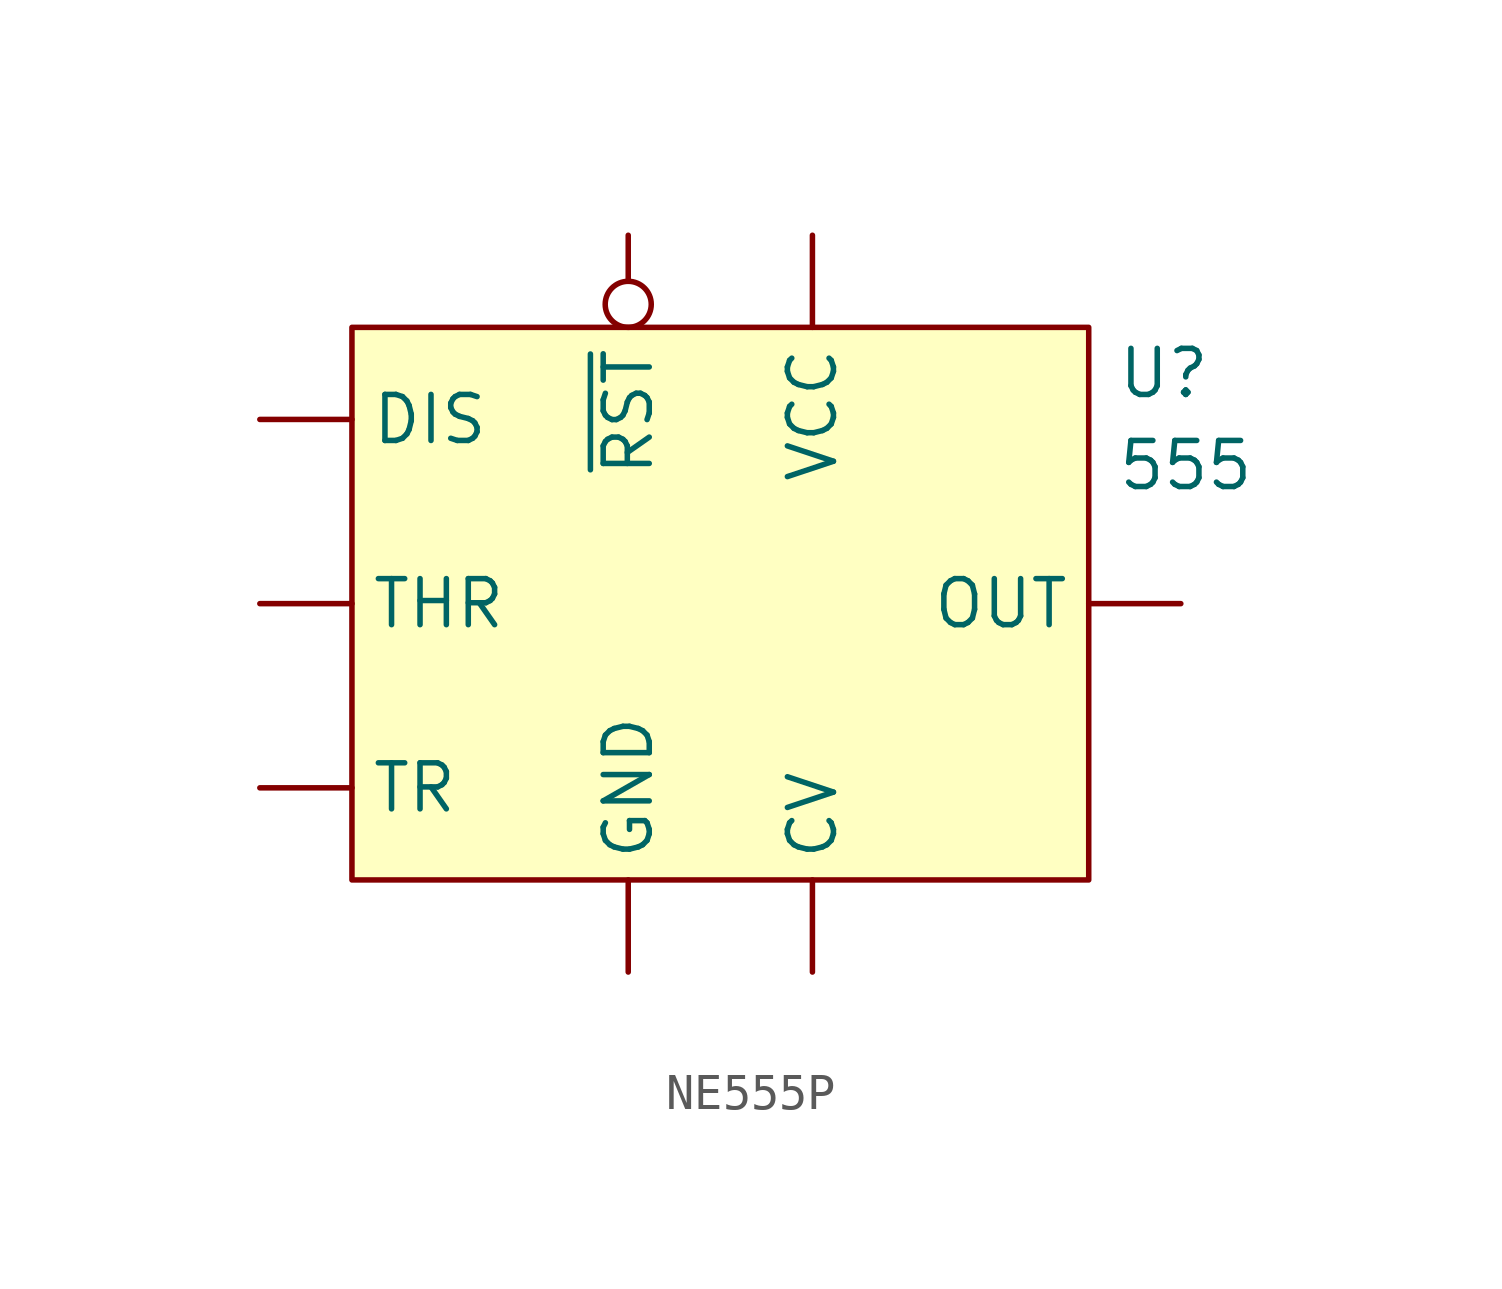
<source format=kicad_sym>
(kicad_symbol_lib
  (version 20231120)
  (generator "kicad_symbol_editor")
  (generator_version "8.0")
  (symbol "NE555P"
    (pin_numbers hide)
    (property "Reference" "U"
      (at 23.622 1.27 0)
      (effects (font (size 1.27 1.27)) (justify left)))
    (property "Value" "555"
      (at 23.622 -1.27 0)
      (effects (font (size 1.27 1.27)) (justify left)))
    (symbol "NE555P_1_1"
      (rectangle (start 2.54 2.54) (end 22.86 -12.7) (stroke (width 0) (type default)) (fill (type background)))
      (pin power_in line (at 10.16 -15.24 90) (length 2.54) (name "GND" (effects (font (size 1.27 1.27)))) (number "1" (effects (font (size 1.27 1.27)))))
      (pin bidirectional line (at 0 -10.16 0) (length 2.54) (name "TR" (effects (font (size 1.27 1.27)))) (number "2" (effects (font (size 1.27 1.27)))))
      (pin bidirectional line (at 25.4 -5.08 180) (length 2.54) (name "OUT" (effects (font (size 1.27 1.27)))) (number "3" (effects (font (size 1.27 1.27)))))
      (pin bidirectional inverted (at 10.16 5.08 270) (length 2.54) (name "~{RST}" (effects (font (size 1.27 1.27)))) (number "4" (effects (font (size 1.27 1.27)))))
      (pin bidirectional line (at 15.24 -15.24 90) (length 2.54) (name "CV" (effects (font (size 1.27 1.27)))) (number "5" (effects (font (size 1.27 1.27)))))
      (pin bidirectional line (at 0 -5.08 0) (length 2.54) (name "THR" (effects (font (size 1.27 1.27)))) (number "6" (effects (font (size 1.27 1.27)))))
      (pin bidirectional line (at 0 0 0) (length 2.54) (name "DIS" (effects (font (size 1.27 1.27)))) (number "7" (effects (font (size 1.27 1.27)))))
      (pin power_in line (at 15.24 5.08 270) (length 2.54) (name "VCC" (effects (font (size 1.27 1.27)))) (number "8" (effects (font (size 1.27 1.27))))))))
</source>
